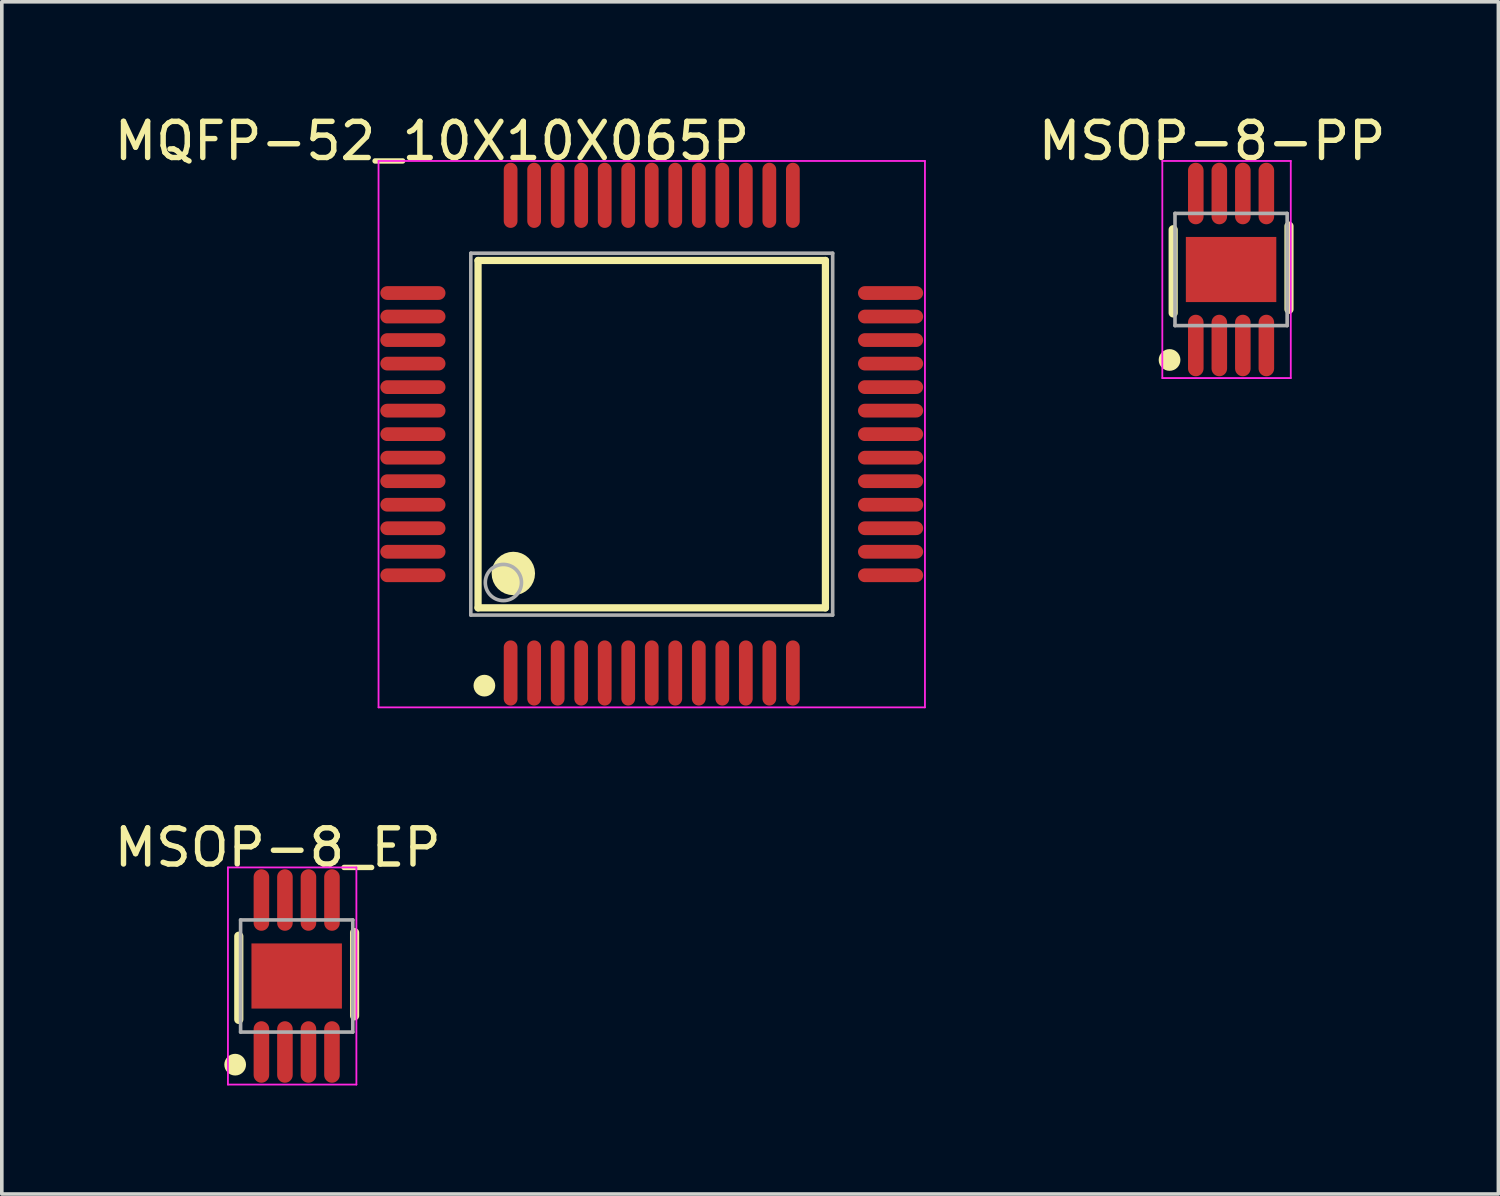
<source format=kicad_pcb>
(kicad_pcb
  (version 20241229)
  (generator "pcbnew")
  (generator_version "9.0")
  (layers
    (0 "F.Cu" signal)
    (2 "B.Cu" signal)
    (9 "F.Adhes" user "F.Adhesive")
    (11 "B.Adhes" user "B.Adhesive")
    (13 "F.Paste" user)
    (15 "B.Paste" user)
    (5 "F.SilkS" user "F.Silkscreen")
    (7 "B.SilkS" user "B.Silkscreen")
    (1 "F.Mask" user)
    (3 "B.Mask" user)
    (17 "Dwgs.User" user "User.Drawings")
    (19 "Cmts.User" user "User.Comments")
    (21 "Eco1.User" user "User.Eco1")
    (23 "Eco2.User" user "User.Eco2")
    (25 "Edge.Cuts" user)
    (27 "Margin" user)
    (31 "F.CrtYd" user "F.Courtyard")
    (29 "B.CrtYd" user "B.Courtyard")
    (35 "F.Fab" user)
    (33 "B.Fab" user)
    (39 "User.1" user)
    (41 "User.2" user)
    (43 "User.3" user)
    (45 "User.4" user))
  (footprint "MQFP-52_10X10X065P"
    (layer "F.Cu")
    (at 14.961 8.948)
    (property "Reference" "MQFP-52_10X10X065P" (at -6.074 -8.1 0) (layer "F.SilkS") (effects (font (size 1 1) (thickness 0.15))))
    (attr through_hole)
    (fp_line (start -4.8 -4.8) (end 4.8 -4.8) (stroke (width 0.2) (type solid)) (layer "F.SilkS"))
    (fp_line (start -4.8 4.8) (end -4.8 -4.8) (stroke (width 0.2) (type solid)) (layer "F.SilkS"))
    (fp_line (start -4.8 4.8) (end 4.8 4.8) (stroke (width 0.2) (type solid)) (layer "F.SilkS"))
    (fp_line (start 4.8 4.8) (end 4.8 -4.8) (stroke (width 0.2) (type solid)) (layer "F.SilkS"))
    (fp_circle (center -4.625 6.95) (end -4.475 6.95) (stroke (width 0.3) (type solid)) (fill no) (layer "F.SilkS"))
    (fp_circle (center -3.825 3.85) (end -3.525 3.85) (stroke (width 0.6) (type solid)) (fill no) (layer "F.SilkS"))
    (fp_line (start -7.55 -7.55) (end 7.55 -7.55) (stroke (width 0.05) (type solid)) (layer "F.CrtYd"))
    (fp_line (start -7.55 7.55) (end -7.55 -7.55) (stroke (width 0.05) (type solid)) (layer "F.CrtYd"))
    (fp_line (start 7.55 -7.55) (end 7.55 7.55) (stroke (width 0.05) (type solid)) (layer "F.CrtYd"))
    (fp_line (start 7.55 7.55) (end -7.55 7.55) (stroke (width 0.05) (type solid)) (layer "F.CrtYd"))
    (fp_line (start -5 -5) (end 5 -5) (stroke (width 0.1) (type solid)) (layer "F.Fab"))
    (fp_line (start -5 5) (end -5 -5) (stroke (width 0.1) (type solid)) (layer "F.Fab"))
    (fp_line (start -5 5) (end 5 5) (stroke (width 0.1) (type solid)) (layer "F.Fab"))
    (fp_line (start 5 5) (end 5 -5) (stroke (width 0.1) (type solid)) (layer "F.Fab"))
    (fp_circle (center -4.1 4.1) (end -3.6 4.1) (stroke (width 0.1) (type solid)) (fill no) (layer "F.Fab"))
    (pad "1" smd oval (at -3.9 6.6 180) (size 0.38 1.8) (layers "F.Cu" "F.Mask" "F.Paste"))
    (pad "2" smd oval (at -3.25 6.6 180) (size 0.38 1.8) (layers "F.Cu" "F.Mask" "F.Paste"))
    (pad "3" smd oval (at -2.6 6.6 180) (size 0.38 1.8) (layers "F.Cu" "F.Mask" "F.Paste"))
    (pad "4" smd oval (at -1.95 6.6 180) (size 0.38 1.8) (layers "F.Cu" "F.Mask" "F.Paste"))
    (pad "5" smd oval (at -1.3 6.6 180) (size 0.38 1.8) (layers "F.Cu" "F.Mask" "F.Paste"))
    (pad "6" smd oval (at -0.65 6.6 180) (size 0.38 1.8) (layers "F.Cu" "F.Mask" "F.Paste"))
    (pad "7" smd oval (at 0 6.6 180) (size 0.38 1.8) (layers "F.Cu" "F.Mask" "F.Paste"))
    (pad "8" smd oval (at 0.65 6.6 180) (size 0.38 1.8) (layers "F.Cu" "F.Mask" "F.Paste"))
    (pad "9" smd oval (at 1.3 6.6 180) (size 0.38 1.8) (layers "F.Cu" "F.Mask" "F.Paste"))
    (pad "10" smd oval (at 1.95 6.6 180) (size 0.38 1.8) (layers "F.Cu" "F.Mask" "F.Paste"))
    (pad "11" smd oval (at 2.6 6.6 180) (size 0.38 1.8) (layers "F.Cu" "F.Mask" "F.Paste"))
    (pad "12" smd oval (at 3.25 6.6 180) (size 0.38 1.8) (layers "F.Cu" "F.Mask" "F.Paste"))
    (pad "13" smd oval (at 3.9 6.6 180) (size 0.38 1.8) (layers "F.Cu" "F.Mask" "F.Paste"))
    (pad "14" smd oval (at 6.6 3.9 270) (size 0.38 1.8) (layers "F.Cu" "F.Mask" "F.Paste"))
    (pad "15" smd oval (at 6.6 3.25 270) (size 0.38 1.8) (layers "F.Cu" "F.Mask" "F.Paste"))
    (pad "16" smd oval (at 6.6 2.6 270) (size 0.38 1.8) (layers "F.Cu" "F.Mask" "F.Paste"))
    (pad "17" smd oval (at 6.6 1.95 270) (size 0.38 1.8) (layers "F.Cu" "F.Mask" "F.Paste"))
    (pad "18" smd oval (at 6.6 1.3 270) (size 0.38 1.8) (layers "F.Cu" "F.Mask" "F.Paste"))
    (pad "19" smd oval (at 6.6 0.65 270) (size 0.38 1.8) (layers "F.Cu" "F.Mask" "F.Paste"))
    (pad "20" smd oval (at 6.6 0 270) (size 0.38 1.8) (layers "F.Cu" "F.Mask" "F.Paste"))
    (pad "21" smd oval (at 6.6 -0.65 270) (size 0.38 1.8) (layers "F.Cu" "F.Mask" "F.Paste"))
    (pad "22" smd oval (at 6.6 -1.3 270) (size 0.38 1.8) (layers "F.Cu" "F.Mask" "F.Paste"))
    (pad "23" smd oval (at 6.6 -1.95 270) (size 0.38 1.8) (layers "F.Cu" "F.Mask" "F.Paste"))
    (pad "24" smd oval (at 6.6 -2.6 270) (size 0.38 1.8) (layers "F.Cu" "F.Mask" "F.Paste"))
    (pad "25" smd oval (at 6.6 -3.25 270) (size 0.38 1.8) (layers "F.Cu" "F.Mask" "F.Paste"))
    (pad "26" smd oval (at 6.6 -3.9 270) (size 0.38 1.8) (layers "F.Cu" "F.Mask" "F.Paste"))
    (pad "27" smd oval (at 3.9 -6.6) (size 0.38 1.8) (layers "F.Cu" "F.Mask" "F.Paste"))
    (pad "28" smd oval (at 3.25 -6.6) (size 0.38 1.8) (layers "F.Cu" "F.Mask" "F.Paste"))
    (pad "29" smd oval (at 2.6 -6.6) (size 0.38 1.8) (layers "F.Cu" "F.Mask" "F.Paste"))
    (pad "30" smd oval (at 1.95 -6.6) (size 0.38 1.8) (layers "F.Cu" "F.Mask" "F.Paste"))
    (pad "31" smd oval (at 1.3 -6.6) (size 0.38 1.8) (layers "F.Cu" "F.Mask" "F.Paste"))
    (pad "32" smd oval (at 0.65 -6.6) (size 0.38 1.8) (layers "F.Cu" "F.Mask" "F.Paste"))
    (pad "33" smd oval (at 0 -6.6) (size 0.38 1.8) (layers "F.Cu" "F.Mask" "F.Paste"))
    (pad "34" smd oval (at -0.65 -6.6) (size 0.38 1.8) (layers "F.Cu" "F.Mask" "F.Paste"))
    (pad "35" smd oval (at -1.3 -6.6) (size 0.38 1.8) (layers "F.Cu" "F.Mask" "F.Paste"))
    (pad "36" smd oval (at -1.95 -6.6) (size 0.38 1.8) (layers "F.Cu" "F.Mask" "F.Paste"))
    (pad "37" smd oval (at -2.6 -6.6) (size 0.38 1.8) (layers "F.Cu" "F.Mask" "F.Paste"))
    (pad "38" smd oval (at -3.25 -6.6) (size 0.38 1.8) (layers "F.Cu" "F.Mask" "F.Paste"))
    (pad "39" smd oval (at -3.9 -6.6) (size 0.38 1.8) (layers "F.Cu" "F.Mask" "F.Paste"))
    (pad "40" smd oval (at -6.6 -3.9 90) (size 0.38 1.8) (layers "F.Cu" "F.Mask" "F.Paste"))
    (pad "41" smd oval (at -6.6 -3.25 90) (size 0.38 1.8) (layers "F.Cu" "F.Mask" "F.Paste"))
    (pad "42" smd oval (at -6.6 -2.6 90) (size 0.38 1.8) (layers "F.Cu" "F.Mask" "F.Paste"))
    (pad "43" smd oval (at -6.6 -1.95 90) (size 0.38 1.8) (layers "F.Cu" "F.Mask" "F.Paste"))
    (pad "44" smd oval (at -6.6 -1.3 90) (size 0.38 1.8) (layers "F.Cu" "F.Mask" "F.Paste"))
    (pad "45" smd oval (at -6.6 -0.65 90) (size 0.38 1.8) (layers "F.Cu" "F.Mask" "F.Paste"))
    (pad "46" smd oval (at -6.6 0 90) (size 0.38 1.8) (layers "F.Cu" "F.Mask" "F.Paste"))
    (pad "47" smd oval (at -6.6 0.65 90) (size 0.38 1.8) (layers "F.Cu" "F.Mask" "F.Paste"))
    (pad "48" smd oval (at -6.6 1.3 90) (size 0.38 1.8) (layers "F.Cu" "F.Mask" "F.Paste"))
    (pad "49" smd oval (at -6.6 1.95 90) (size 0.38 1.8) (layers "F.Cu" "F.Mask" "F.Paste"))
    (pad "50" smd oval (at -6.6 2.6 90) (size 0.38 1.8) (layers "F.Cu" "F.Mask" "F.Paste"))
    (pad "51" smd oval (at -6.6 3.25 90) (size 0.38 1.8) (layers "F.Cu" "F.Mask" "F.Paste"))
    (pad "52" smd oval (at -6.6 3.9 90) (size 0.38 1.8) (layers "F.Cu" "F.Mask" "F.Paste")))
  (footprint "MSOP-8-PP"
    (layer "F.Cu")
    (at 30.971 4.398)
    (property "Reference" "MSOP-8-PP" (at -0.524 -3.55 0) (layer "F.SilkS") (effects (font (size 1 1) (thickness 0.15))))
    (attr through_hole)
    (fp_line (start -1.6 1.2) (end -1.6 -1.1) (stroke (width 0.254) (type solid)) (layer "F.SilkS"))
    (fp_line (start 1.6 1.1) (end 1.6 -1.2) (stroke (width 0.254) (type solid)) (layer "F.SilkS"))
    (fp_circle (center -1.7 2.5) (end -1.55 2.5) (stroke (width 0.3) (type solid)) (fill no) (layer "F.SilkS"))
    (fp_line (start -1.9 -3) (end 1.65 -3) (stroke (width 0.05) (type solid)) (layer "F.CrtYd"))
    (fp_line (start -1.9 3) (end -1.9 -3) (stroke (width 0.05) (type solid)) (layer "F.CrtYd"))
    (fp_line (start 1.65 -3) (end 1.65 3) (stroke (width 0.05) (type solid)) (layer "F.CrtYd"))
    (fp_line (start 1.65 3) (end -1.9 3) (stroke (width 0.05) (type solid)) (layer "F.CrtYd"))
    (fp_line (start -1.55 -1.55) (end 1.55 -1.55) (stroke (width 0.1) (type solid)) (layer "F.Fab"))
    (fp_line (start -1.55 1.55) (end -1.55 -1.55) (stroke (width 0.1) (type solid)) (layer "F.Fab"))
    (fp_line (start -1.55 1.55) (end 1.55 1.55) (stroke (width 0.1) (type solid)) (layer "F.Fab"))
    (fp_line (start 1.55 1.55) (end 1.55 -1.55) (stroke (width 0.1) (type solid)) (layer "F.Fab"))
    (pad "0" smd rect (at 0 0 270) (size 1.8 2.5) (layers "F.Cu" "F.Mask" "F.Paste"))
    (pad "1" smd oval (at -0.975 2.1 180) (size 0.43 1.7) (layers "F.Cu" "F.Mask" "F.Paste"))
    (pad "2" smd oval (at -0.325 2.1 180) (size 0.43 1.7) (layers "F.Cu" "F.Mask" "F.Paste"))
    (pad "3" smd oval (at 0.325 2.1 180) (size 0.43 1.7) (layers "F.Cu" "F.Mask" "F.Paste"))
    (pad "4" smd oval (at 0.975 2.1 180) (size 0.43 1.7) (layers "F.Cu" "F.Mask" "F.Paste"))
    (pad "5" smd oval (at 0.975 -2.1 180) (size 0.43 1.7) (layers "F.Cu" "F.Mask" "F.Paste"))
    (pad "6" smd oval (at 0.325 -2.1 180) (size 0.43 1.7) (layers "F.Cu" "F.Mask" "F.Paste"))
    (pad "7" smd oval (at -0.325 -2.1 180) (size 0.43 1.7) (layers "F.Cu" "F.Mask" "F.Paste"))
    (pad "8" smd oval (at -0.975 -2.1 180) (size 0.43 1.7) (layers "F.Cu" "F.Mask" "F.Paste")))
  (footprint "MSOP-8_EP"
    (layer "F.Cu")
    (at 5.149 23.922)
    (property "Reference" "MSOP-8_EP" (at -0.524 -3.55 0) (layer "F.SilkS") (effects (font (size 1 1) (thickness 0.15))))
    (attr through_hole)
    (fp_line (start -1.6 1.2) (end -1.6 -1.1) (stroke (width 0.254) (type solid)) (layer "F.SilkS"))
    (fp_line (start 1.6 1.1) (end 1.6 -1.2) (stroke (width 0.254) (type solid)) (layer "F.SilkS"))
    (fp_circle (center -1.7 2.45) (end -1.55 2.45) (stroke (width 0.3) (type solid)) (fill no) (layer "F.SilkS"))
    (fp_line (start -1.9 -3) (end 1.65 -3) (stroke (width 0.05) (type solid)) (layer "F.CrtYd"))
    (fp_line (start -1.9 3) (end -1.9 -3) (stroke (width 0.05) (type solid)) (layer "F.CrtYd"))
    (fp_line (start 1.65 -3) (end 1.65 3) (stroke (width 0.05) (type solid)) (layer "F.CrtYd"))
    (fp_line (start 1.65 3) (end -1.9 3) (stroke (width 0.05) (type solid)) (layer "F.CrtYd"))
    (fp_line (start -1.55 -1.55) (end 1.55 -1.55) (stroke (width 0.1) (type solid)) (layer "F.Fab"))
    (fp_line (start -1.55 1.55) (end -1.55 -1.55) (stroke (width 0.1) (type solid)) (layer "F.Fab"))
    (fp_line (start -1.55 1.55) (end 1.55 1.55) (stroke (width 0.1) (type solid)) (layer "F.Fab"))
    (fp_line (start 1.55 1.55) (end 1.55 -1.55) (stroke (width 0.1) (type solid)) (layer "F.Fab"))
    (pad "0" smd rect (at 0 0 270) (size 1.8 2.5) (layers "F.Cu" "F.Mask" "F.Paste"))
    (pad "1" smd oval (at -0.975 2.1 180) (size 0.43 1.7) (layers "F.Cu" "F.Mask" "F.Paste"))
    (pad "2" smd oval (at -0.325 2.1 180) (size 0.43 1.7) (layers "F.Cu" "F.Mask" "F.Paste"))
    (pad "3" smd oval (at 0.325 2.1 180) (size 0.43 1.7) (layers "F.Cu" "F.Mask" "F.Paste"))
    (pad "4" smd oval (at 0.975 2.1 180) (size 0.43 1.7) (layers "F.Cu" "F.Mask" "F.Paste"))
    (pad "5" smd oval (at 0.975 -2.1 180) (size 0.43 1.7) (layers "F.Cu" "F.Mask" "F.Paste"))
    (pad "6" smd oval (at 0.325 -2.1 180) (size 0.43 1.7) (layers "F.Cu" "F.Mask" "F.Paste"))
    (pad "7" smd oval (at -0.325 -2.1 180) (size 0.43 1.7) (layers "F.Cu" "F.Mask" "F.Paste"))
    (pad "8" smd oval (at -0.975 -2.1 180) (size 0.43 1.7) (layers "F.Cu" "F.Mask" "F.Paste")))
  (gr_rect
    (start -3 -3)
    (end 38.358 29.947)
    (stroke (width 0.1) (type default))
    (fill no)
    (layer "Edge.Cuts")))
</source>
